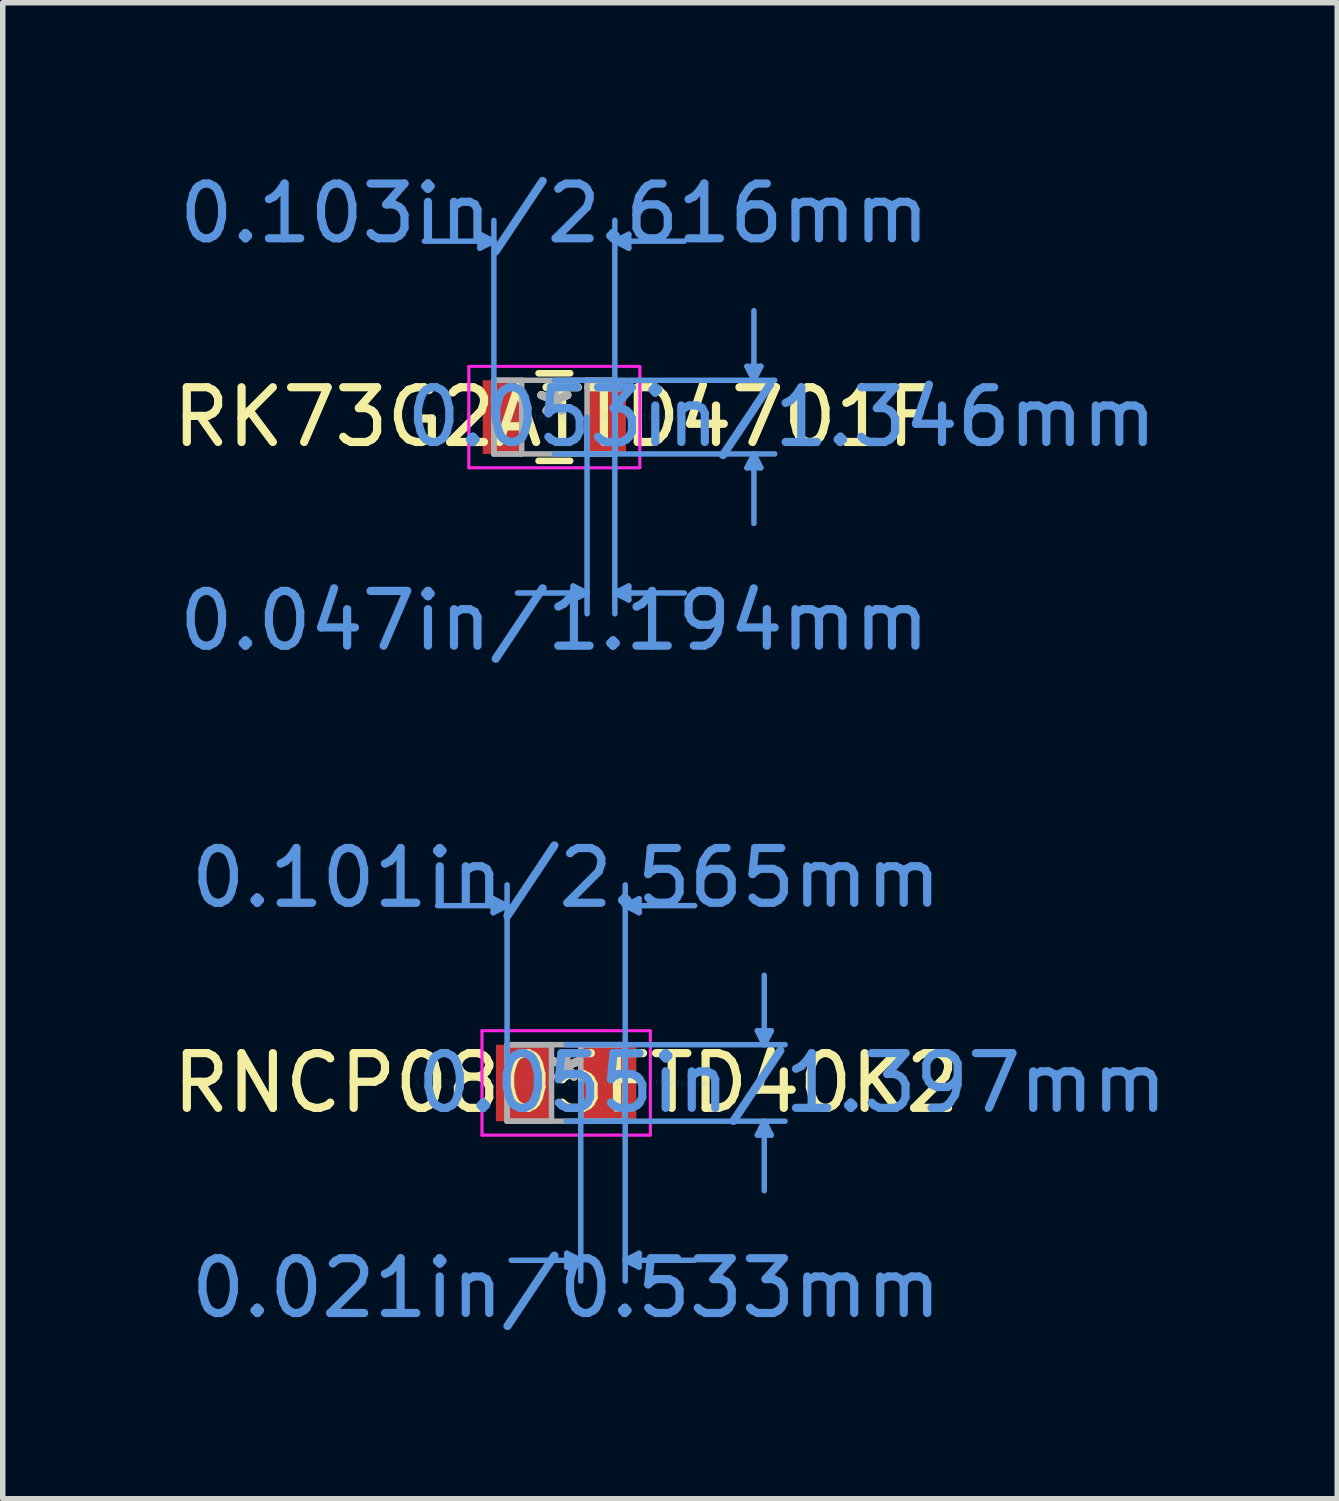
<source format=kicad_pcb>
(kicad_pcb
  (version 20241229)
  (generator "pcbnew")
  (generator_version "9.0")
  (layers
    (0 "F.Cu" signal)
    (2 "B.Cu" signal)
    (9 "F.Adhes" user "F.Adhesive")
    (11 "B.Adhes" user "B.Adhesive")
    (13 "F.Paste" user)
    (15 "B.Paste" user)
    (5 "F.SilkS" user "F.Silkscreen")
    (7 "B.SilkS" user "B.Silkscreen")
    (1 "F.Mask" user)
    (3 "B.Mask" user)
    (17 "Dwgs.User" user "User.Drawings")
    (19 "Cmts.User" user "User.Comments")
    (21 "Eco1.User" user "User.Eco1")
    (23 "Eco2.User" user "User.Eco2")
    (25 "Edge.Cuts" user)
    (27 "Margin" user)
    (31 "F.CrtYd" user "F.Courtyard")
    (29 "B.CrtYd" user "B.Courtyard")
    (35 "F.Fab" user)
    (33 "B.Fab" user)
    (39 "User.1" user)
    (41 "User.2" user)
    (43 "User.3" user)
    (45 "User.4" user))
  (footprint "RNCP0805FTD40K2"
    (layer "F.Cu")
    (at 7.292 16.733)
    (property "Reference" "RNCP0805FTD40K2" (at 0 0 0) (layer "F.SilkS") (effects (font (size 1 1) (thickness 0.15))))
    (attr through_hole)
    (fp_line (start -1.333 -3.365) (end -1.333 -3.111) (stroke (width 0.1) (type solid)) (layer "Cmts.User"))
    (fp_line (start -1.079 -3.239) (end -2.349 -3.239) (stroke (width 0.1) (type solid)) (layer "Cmts.User"))
    (fp_line (start -1.079 -3.239) (end -1.333 -3.365) (stroke (width 0.1) (type solid)) (layer "Cmts.User"))
    (fp_line (start -1.079 -3.239) (end -1.333 -3.111) (stroke (width 0.1) (type solid)) (layer "Cmts.User"))
    (fp_line (start -1.079 0) (end -1.079 -3.619) (stroke (width 0.1) (type solid)) (layer "Cmts.User"))
    (fp_line (start 0 -0.699) (end 4 -0.699) (stroke (width 0.1) (type solid)) (layer "Cmts.User"))
    (fp_line (start 0 0.699) (end 4 0.699) (stroke (width 0.1) (type solid)) (layer "Cmts.User"))
    (fp_line (start 0.013 3.111) (end 0.013 3.365) (stroke (width 0.1) (type solid)) (layer "Cmts.User"))
    (fp_line (start 0.267 0) (end 0.267 3.619) (stroke (width 0.1) (type solid)) (layer "Cmts.User"))
    (fp_line (start 0.267 3.239) (end -1.003 3.239) (stroke (width 0.1) (type solid)) (layer "Cmts.User"))
    (fp_line (start 0.267 3.239) (end 0.013 3.111) (stroke (width 0.1) (type solid)) (layer "Cmts.User"))
    (fp_line (start 0.267 3.239) (end 0.013 3.365) (stroke (width 0.1) (type solid)) (layer "Cmts.User"))
    (fp_line (start 1.079 -3.239) (end 1.333 -3.365) (stroke (width 0.1) (type solid)) (layer "Cmts.User"))
    (fp_line (start 1.079 -3.239) (end 1.333 -3.111) (stroke (width 0.1) (type solid)) (layer "Cmts.User"))
    (fp_line (start 1.079 -3.239) (end 2.349 -3.239) (stroke (width 0.1) (type solid)) (layer "Cmts.User"))
    (fp_line (start 1.079 0) (end 1.079 -3.619) (stroke (width 0.1) (type solid)) (layer "Cmts.User"))
    (fp_line (start 1.079 0) (end 1.079 3.619) (stroke (width 0.1) (type solid)) (layer "Cmts.User"))
    (fp_line (start 1.079 3.239) (end 1.333 3.111) (stroke (width 0.1) (type solid)) (layer "Cmts.User"))
    (fp_line (start 1.079 3.239) (end 1.333 3.365) (stroke (width 0.1) (type solid)) (layer "Cmts.User"))
    (fp_line (start 1.079 3.239) (end 2.349 3.239) (stroke (width 0.1) (type solid)) (layer "Cmts.User"))
    (fp_line (start 1.333 -3.365) (end 1.333 -3.111) (stroke (width 0.1) (type solid)) (layer "Cmts.User"))
    (fp_line (start 1.333 3.111) (end 1.333 3.365) (stroke (width 0.1) (type solid)) (layer "Cmts.User"))
    (fp_line (start 3.493 -0.953) (end 3.747 -0.953) (stroke (width 0.1) (type solid)) (layer "Cmts.User"))
    (fp_line (start 3.493 0.953) (end 3.747 0.953) (stroke (width 0.1) (type solid)) (layer "Cmts.User"))
    (fp_line (start 3.619 -0.699) (end 3.493 -0.953) (stroke (width 0.1) (type solid)) (layer "Cmts.User"))
    (fp_line (start 3.619 -0.699) (end 3.619 -1.968) (stroke (width 0.1) (type solid)) (layer "Cmts.User"))
    (fp_line (start 3.619 -0.699) (end 3.747 -0.953) (stroke (width 0.1) (type solid)) (layer "Cmts.User"))
    (fp_line (start 3.619 0.699) (end 3.493 0.953) (stroke (width 0.1) (type solid)) (layer "Cmts.User"))
    (fp_line (start 3.619 0.699) (end 3.619 1.968) (stroke (width 0.1) (type solid)) (layer "Cmts.User"))
    (fp_line (start 3.619 0.699) (end 3.747 0.953) (stroke (width 0.1) (type solid)) (layer "Cmts.User"))
    (fp_line (start -1.537 -0.953) (end 1.537 -0.953) (stroke (width 0.05) (type solid)) (layer "F.CrtYd"))
    (fp_line (start -1.537 -0.953) (end 1.537 -0.953) (stroke (width 0.05) (type solid)) (layer "F.CrtYd"))
    (fp_line (start -1.537 0.953) (end -1.537 -0.953) (stroke (width 0.05) (type solid)) (layer "F.CrtYd"))
    (fp_line (start -1.537 0.953) (end -1.537 -0.953) (stroke (width 0.05) (type solid)) (layer "F.CrtYd"))
    (fp_line (start 1.537 -0.953) (end 1.537 0.953) (stroke (width 0.05) (type solid)) (layer "F.CrtYd"))
    (fp_line (start 1.537 -0.953) (end 1.537 0.953) (stroke (width 0.05) (type solid)) (layer "F.CrtYd"))
    (fp_line (start 1.537 0.953) (end -1.537 0.953) (stroke (width 0.05) (type solid)) (layer "F.CrtYd"))
    (fp_line (start 1.537 0.953) (end -1.537 0.953) (stroke (width 0.05) (type solid)) (layer "F.CrtYd"))
    (fp_line (start -1.079 -0.699) (end -1.079 0.699) (stroke (width 0.1) (type solid)) (layer "F.Fab"))
    (fp_line (start -1.079 -0.699) (end -1.079 0.699) (stroke (width 0.1) (type solid)) (layer "F.Fab"))
    (fp_line (start -1.079 0.699) (end -0.267 0.699) (stroke (width 0.1) (type solid)) (layer "F.Fab"))
    (fp_line (start -1.079 0.699) (end 1.079 0.699) (stroke (width 0.1) (type solid)) (layer "F.Fab"))
    (fp_line (start -0.267 -0.699) (end -1.079 -0.699) (stroke (width 0.1) (type solid)) (layer "F.Fab"))
    (fp_line (start -0.267 0.699) (end -0.267 -0.699) (stroke (width 0.1) (type solid)) (layer "F.Fab"))
    (fp_line (start 0.267 -0.699) (end 0.267 0.699) (stroke (width 0.1) (type solid)) (layer "F.Fab"))
    (fp_line (start 0.267 0.699) (end 1.079 0.699) (stroke (width 0.1) (type solid)) (layer "F.Fab"))
    (fp_line (start 1.079 -0.699) (end -1.079 -0.699) (stroke (width 0.1) (type solid)) (layer "F.Fab"))
    (fp_line (start 1.079 -0.699) (end 0.267 -0.699) (stroke (width 0.1) (type solid)) (layer "F.Fab"))
    (fp_line (start 1.079 0.699) (end 1.079 -0.699) (stroke (width 0.1) (type solid)) (layer "F.Fab"))
    (fp_line (start 1.079 0.699) (end 1.079 -0.699) (stroke (width 0.1) (type solid)) (layer "F.Fab"))
    (fp_text user "*" (at 0 0 0) (layer "F.SilkS") (effects (font (size 1 1) (thickness 0.15))))
    (fp_text user "0.021in/0.533mm" (at 0 3.747 0) (layer "Cmts.User") (effects (font (size 1 1) (thickness 0.15))))
    (fp_text user "0.101in/2.565mm" (at 0 -3.747 0) (layer "Cmts.User") (effects (font (size 1 1) (thickness 0.15))))
    (fp_text user "0.055in/1.397mm" (at 4.128 0 0) (layer "Cmts.User") (effects (font (size 1 1) (thickness 0.15))))
    (fp_text user "Copyright 2021 Accelerated Designs. All rights reserved." (at 0 0 0) (layer "Cmts.User") (effects (font (size 0.127 0.127) (thickness 0.002))))
    (fp_text user "*" (at 0 0 0) (layer "F.Fab") (effects (font (size 1 1) (thickness 0.15))))
    (pad "1" smd rect (at -0.775 0) (size 1.016 1.397) (layers "F.Cu" "F.Mask" "F.Paste"))
    (pad "2" smd rect (at 0.775 0) (size 1.016 1.397) (layers "F.Cu" "F.Mask" "F.Paste")))
  (footprint "RK73G2ATTD4701F"
    (layer "F.Cu")
    (at 7.077 4.569)
    (property "Reference" "RK73G2ATTD4701F" (at 0 0 0) (layer "F.SilkS") (effects (font (size 1 1) (thickness 0.15))))
    (attr through_hole)
    (fp_line (start -0.289 0.8) (end 0.289 0.8) (stroke (width 0.12) (type solid)) (layer "F.SilkS"))
    (fp_line (start 0.289 -0.8) (end -0.289 -0.8) (stroke (width 0.12) (type solid)) (layer "F.SilkS"))
    (fp_line (start -1.359 -3.34) (end -1.359 -3.086) (stroke (width 0.1) (type solid)) (layer "Cmts.User"))
    (fp_line (start -1.105 -3.213) (end -2.375 -3.213) (stroke (width 0.1) (type solid)) (layer "Cmts.User"))
    (fp_line (start -1.105 -3.213) (end -1.359 -3.34) (stroke (width 0.1) (type solid)) (layer "Cmts.User"))
    (fp_line (start -1.105 -3.213) (end -1.359 -3.086) (stroke (width 0.1) (type solid)) (layer "Cmts.User"))
    (fp_line (start -1.105 0) (end -1.105 -3.594) (stroke (width 0.1) (type solid)) (layer "Cmts.User"))
    (fp_line (start 0 -0.673) (end 4.026 -0.673) (stroke (width 0.1) (type solid)) (layer "Cmts.User"))
    (fp_line (start 0 0.673) (end 4.026 0.673) (stroke (width 0.1) (type solid)) (layer "Cmts.User"))
    (fp_line (start 0.343 3.086) (end 0.343 3.34) (stroke (width 0.1) (type solid)) (layer "Cmts.User"))
    (fp_line (start 0.597 0) (end 0.597 3.594) (stroke (width 0.1) (type solid)) (layer "Cmts.User"))
    (fp_line (start 0.597 3.213) (end -0.673 3.213) (stroke (width 0.1) (type solid)) (layer "Cmts.User"))
    (fp_line (start 0.597 3.213) (end 0.343 3.086) (stroke (width 0.1) (type solid)) (layer "Cmts.User"))
    (fp_line (start 0.597 3.213) (end 0.343 3.34) (stroke (width 0.1) (type solid)) (layer "Cmts.User"))
    (fp_line (start 1.105 -3.213) (end 1.359 -3.34) (stroke (width 0.1) (type solid)) (layer "Cmts.User"))
    (fp_line (start 1.105 -3.213) (end 1.359 -3.086) (stroke (width 0.1) (type solid)) (layer "Cmts.User"))
    (fp_line (start 1.105 -3.213) (end 2.375 -3.213) (stroke (width 0.1) (type solid)) (layer "Cmts.User"))
    (fp_line (start 1.105 0) (end 1.105 -3.594) (stroke (width 0.1) (type solid)) (layer "Cmts.User"))
    (fp_line (start 1.105 0) (end 1.105 3.594) (stroke (width 0.1) (type solid)) (layer "Cmts.User"))
    (fp_line (start 1.105 3.213) (end 1.359 3.086) (stroke (width 0.1) (type solid)) (layer "Cmts.User"))
    (fp_line (start 1.105 3.213) (end 1.359 3.34) (stroke (width 0.1) (type solid)) (layer "Cmts.User"))
    (fp_line (start 1.105 3.213) (end 2.375 3.213) (stroke (width 0.1) (type solid)) (layer "Cmts.User"))
    (fp_line (start 1.359 -3.34) (end 1.359 -3.086) (stroke (width 0.1) (type solid)) (layer "Cmts.User"))
    (fp_line (start 1.359 3.086) (end 1.359 3.34) (stroke (width 0.1) (type solid)) (layer "Cmts.User"))
    (fp_line (start 3.518 -0.927) (end 3.772 -0.927) (stroke (width 0.1) (type solid)) (layer "Cmts.User"))
    (fp_line (start 3.518 0.927) (end 3.772 0.927) (stroke (width 0.1) (type solid)) (layer "Cmts.User"))
    (fp_line (start 3.645 -0.673) (end 3.518 -0.927) (stroke (width 0.1) (type solid)) (layer "Cmts.User"))
    (fp_line (start 3.645 -0.673) (end 3.645 -1.943) (stroke (width 0.1) (type solid)) (layer "Cmts.User"))
    (fp_line (start 3.645 -0.673) (end 3.772 -0.927) (stroke (width 0.1) (type solid)) (layer "Cmts.User"))
    (fp_line (start 3.645 0.673) (end 3.518 0.927) (stroke (width 0.1) (type solid)) (layer "Cmts.User"))
    (fp_line (start 3.645 0.673) (end 3.645 1.943) (stroke (width 0.1) (type solid)) (layer "Cmts.User"))
    (fp_line (start 3.645 0.673) (end 3.772 0.927) (stroke (width 0.1) (type solid)) (layer "Cmts.User"))
    (fp_line (start -1.562 -0.927) (end 1.562 -0.927) (stroke (width 0.05) (type solid)) (layer "F.CrtYd"))
    (fp_line (start -1.562 -0.927) (end 1.562 -0.927) (stroke (width 0.05) (type solid)) (layer "F.CrtYd"))
    (fp_line (start -1.562 0.927) (end -1.562 -0.927) (stroke (width 0.05) (type solid)) (layer "F.CrtYd"))
    (fp_line (start -1.562 0.927) (end -1.562 -0.927) (stroke (width 0.05) (type solid)) (layer "F.CrtYd"))
    (fp_line (start 1.562 -0.927) (end 1.562 0.927) (stroke (width 0.05) (type solid)) (layer "F.CrtYd"))
    (fp_line (start 1.562 -0.927) (end 1.562 0.927) (stroke (width 0.05) (type solid)) (layer "F.CrtYd"))
    (fp_line (start 1.562 0.927) (end -1.562 0.927) (stroke (width 0.05) (type solid)) (layer "F.CrtYd"))
    (fp_line (start 1.562 0.927) (end -1.562 0.927) (stroke (width 0.05) (type solid)) (layer "F.CrtYd"))
    (fp_line (start -1.105 -0.673) (end -1.105 0.673) (stroke (width 0.1) (type solid)) (layer "F.Fab"))
    (fp_line (start -1.105 -0.673) (end -1.105 0.673) (stroke (width 0.1) (type solid)) (layer "F.Fab"))
    (fp_line (start -1.105 0.673) (end -0.597 0.673) (stroke (width 0.1) (type solid)) (layer "F.Fab"))
    (fp_line (start -1.105 0.673) (end 1.105 0.673) (stroke (width 0.1) (type solid)) (layer "F.Fab"))
    (fp_line (start -0.597 -0.673) (end -1.105 -0.673) (stroke (width 0.1) (type solid)) (layer "F.Fab"))
    (fp_line (start -0.597 0.673) (end -0.597 -0.673) (stroke (width 0.1) (type solid)) (layer "F.Fab"))
    (fp_line (start 0.597 -0.673) (end 0.597 0.673) (stroke (width 0.1) (type solid)) (layer "F.Fab"))
    (fp_line (start 0.597 0.673) (end 1.105 0.673) (stroke (width 0.1) (type solid)) (layer "F.Fab"))
    (fp_line (start 1.105 -0.673) (end -1.105 -0.673) (stroke (width 0.1) (type solid)) (layer "F.Fab"))
    (fp_line (start 1.105 -0.673) (end 0.597 -0.673) (stroke (width 0.1) (type solid)) (layer "F.Fab"))
    (fp_line (start 1.105 0.673) (end 1.105 -0.673) (stroke (width 0.1) (type solid)) (layer "F.Fab"))
    (fp_line (start 1.105 0.673) (end 1.105 -0.673) (stroke (width 0.1) (type solid)) (layer "F.Fab"))
    (fp_text user "*" (at 0 0 0) (layer "F.SilkS") (effects (font (size 1 1) (thickness 0.15))))
    (fp_text user "0.053in/1.346mm" (at 4.153 0 0) (layer "Cmts.User") (effects (font (size 1 1) (thickness 0.15))))
    (fp_text user "Copyright 2021 Accelerated Designs. All rights reserved." (at 0 0 0) (layer "Cmts.User") (effects (font (size 0.127 0.127) (thickness 0.002))))
    (fp_text user "0.103in/2.616mm" (at 0 -3.721 0) (layer "Cmts.User") (effects (font (size 1 1) (thickness 0.15))))
    (fp_text user "0.047in/1.194mm" (at 0 3.721 0) (layer "Cmts.User") (effects (font (size 1 1) (thickness 0.15))))
    (fp_text user "*" (at 0 0 0) (layer "F.Fab") (effects (font (size 1 1) (thickness 0.15))))
    (pad "1" smd rect (at -0.953 0) (size 0.711 1.346) (layers "F.Cu" "F.Mask" "F.Paste"))
    (pad "2" smd rect (at 0.953 0) (size 0.711 1.346) (layers "F.Cu" "F.Mask" "F.Paste")))
  (gr_rect
    (start -3 -3)
    (end 21.378 24.328)
    (stroke (width 0.1) (type default))
    (fill no)
    (layer "Edge.Cuts")))
</source>
